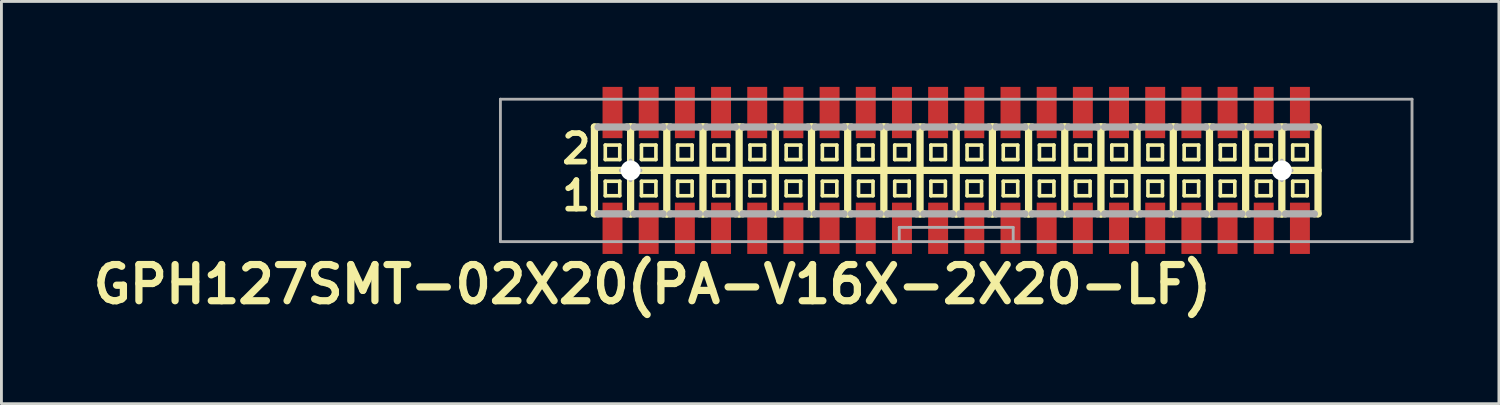
<source format=kicad_pcb>
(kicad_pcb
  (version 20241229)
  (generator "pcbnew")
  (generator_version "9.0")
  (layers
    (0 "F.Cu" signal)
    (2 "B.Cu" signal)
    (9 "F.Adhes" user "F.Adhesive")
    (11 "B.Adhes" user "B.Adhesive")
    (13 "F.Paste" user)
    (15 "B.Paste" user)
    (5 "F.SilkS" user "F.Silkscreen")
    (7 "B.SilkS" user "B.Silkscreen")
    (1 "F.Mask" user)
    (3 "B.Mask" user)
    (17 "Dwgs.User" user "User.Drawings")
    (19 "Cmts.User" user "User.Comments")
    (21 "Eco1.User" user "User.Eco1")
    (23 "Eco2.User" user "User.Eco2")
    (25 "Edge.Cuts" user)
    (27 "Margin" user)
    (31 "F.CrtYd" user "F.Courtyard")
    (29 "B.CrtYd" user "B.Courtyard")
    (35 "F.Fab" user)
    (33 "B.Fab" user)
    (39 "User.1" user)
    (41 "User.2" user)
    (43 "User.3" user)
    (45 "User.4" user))
  (footprint "GPH127SMT-02X20(PA-V16X-2X20-LF)"
    (layer "F.Cu")
    (at 30.516 2.932)
    (property "Reference" "GPH127SMT-02X20(PA-V16X-2X20-LF)" (at -10.668 4 0) (layer "F.SilkS") (effects (font (size 1.27 1.27) (thickness 0.254))))
    (attr smd)
    (fp_line (start -12.7 -1.524) (end -12.7 0) (stroke (width 0.254) (type solid)) (layer "F.SilkS"))
    (fp_line (start -12.7 0) (end -12.7 1.524) (stroke (width 0.254) (type solid)) (layer "F.SilkS"))
    (fp_line (start -12.7 0) (end -11.43 0) (stroke (width 0.254) (type solid)) (layer "F.SilkS"))
    (fp_line (start -12.7 1.524) (end -12.573 1.524) (stroke (width 0.254) (type solid)) (layer "F.SilkS"))
    (fp_line (start -12.573 -1.524) (end -12.7 -1.524) (stroke (width 0.254) (type solid)) (layer "F.SilkS"))
    (fp_line (start -12.319 -0.889) (end -11.811 -0.889) (stroke (width 0.127) (type solid)) (layer "F.SilkS"))
    (fp_line (start -12.319 -0.381) (end -12.319 -0.889) (stroke (width 0.127) (type solid)) (layer "F.SilkS"))
    (fp_line (start -12.319 -0.381) (end -11.811 -0.381) (stroke (width 0.127) (type solid)) (layer "F.SilkS"))
    (fp_line (start -12.319 0.381) (end -11.811 0.381) (stroke (width 0.127) (type solid)) (layer "F.SilkS"))
    (fp_line (start -12.319 0.889) (end -12.319 0.381) (stroke (width 0.127) (type solid)) (layer "F.SilkS"))
    (fp_line (start -12.319 0.889) (end -11.811 0.889) (stroke (width 0.127) (type solid)) (layer "F.SilkS"))
    (fp_line (start -11.811 -0.381) (end -11.811 -0.889) (stroke (width 0.127) (type solid)) (layer "F.SilkS"))
    (fp_line (start -11.811 0.889) (end -11.811 0.381) (stroke (width 0.127) (type solid)) (layer "F.SilkS"))
    (fp_line (start -11.557 -1.524) (end -11.43 -1.524) (stroke (width 0.254) (type solid)) (layer "F.SilkS"))
    (fp_line (start -11.557 1.524) (end -11.43 1.524) (stroke (width 0.254) (type solid)) (layer "F.SilkS"))
    (fp_line (start -11.43 -1.524) (end -11.303 -1.524) (stroke (width 0.254) (type solid)) (layer "F.SilkS"))
    (fp_line (start -11.43 0) (end -11.43 -1.524) (stroke (width 0.254) (type solid)) (layer "F.SilkS"))
    (fp_line (start -11.43 0) (end -10.16 0) (stroke (width 0.254) (type solid)) (layer "F.SilkS"))
    (fp_line (start -11.43 1.524) (end -11.43 0) (stroke (width 0.254) (type solid)) (layer "F.SilkS"))
    (fp_line (start -11.43 1.524) (end -11.303 1.524) (stroke (width 0.254) (type solid)) (layer "F.SilkS"))
    (fp_line (start -11.049 -0.889) (end -10.541 -0.889) (stroke (width 0.127) (type solid)) (layer "F.SilkS"))
    (fp_line (start -11.049 -0.381) (end -11.049 -0.889) (stroke (width 0.127) (type solid)) (layer "F.SilkS"))
    (fp_line (start -11.049 -0.381) (end -10.541 -0.381) (stroke (width 0.127) (type solid)) (layer "F.SilkS"))
    (fp_line (start -11.049 0.381) (end -10.541 0.381) (stroke (width 0.127) (type solid)) (layer "F.SilkS"))
    (fp_line (start -11.049 0.889) (end -11.049 0.381) (stroke (width 0.127) (type solid)) (layer "F.SilkS"))
    (fp_line (start -11.049 0.889) (end -10.541 0.889) (stroke (width 0.127) (type solid)) (layer "F.SilkS"))
    (fp_line (start -10.541 -0.381) (end -10.541 -0.889) (stroke (width 0.127) (type solid)) (layer "F.SilkS"))
    (fp_line (start -10.541 0.889) (end -10.541 0.381) (stroke (width 0.127) (type solid)) (layer "F.SilkS"))
    (fp_line (start -10.287 -1.524) (end -10.16 -1.524) (stroke (width 0.254) (type solid)) (layer "F.SilkS"))
    (fp_line (start -10.287 1.524) (end -10.16 1.524) (stroke (width 0.254) (type solid)) (layer "F.SilkS"))
    (fp_line (start -10.16 -1.524) (end -10.033 -1.524) (stroke (width 0.254) (type solid)) (layer "F.SilkS"))
    (fp_line (start -10.16 0) (end -10.16 -1.524) (stroke (width 0.254) (type solid)) (layer "F.SilkS"))
    (fp_line (start -10.16 0) (end -8.89 0) (stroke (width 0.254) (type solid)) (layer "F.SilkS"))
    (fp_line (start -10.16 1.524) (end -10.16 0) (stroke (width 0.254) (type solid)) (layer "F.SilkS"))
    (fp_line (start -10.16 1.524) (end -10.033 1.524) (stroke (width 0.254) (type solid)) (layer "F.SilkS"))
    (fp_line (start -9.779 -0.889) (end -9.271 -0.889) (stroke (width 0.127) (type solid)) (layer "F.SilkS"))
    (fp_line (start -9.779 -0.381) (end -9.779 -0.889) (stroke (width 0.127) (type solid)) (layer "F.SilkS"))
    (fp_line (start -9.779 -0.381) (end -9.271 -0.381) (stroke (width 0.127) (type solid)) (layer "F.SilkS"))
    (fp_line (start -9.779 0.381) (end -9.271 0.381) (stroke (width 0.127) (type solid)) (layer "F.SilkS"))
    (fp_line (start -9.779 0.889) (end -9.779 0.381) (stroke (width 0.127) (type solid)) (layer "F.SilkS"))
    (fp_line (start -9.779 0.889) (end -9.271 0.889) (stroke (width 0.127) (type solid)) (layer "F.SilkS"))
    (fp_line (start -9.271 -0.381) (end -9.271 -0.889) (stroke (width 0.127) (type solid)) (layer "F.SilkS"))
    (fp_line (start -9.271 0.889) (end -9.271 0.381) (stroke (width 0.127) (type solid)) (layer "F.SilkS"))
    (fp_line (start -9.017 -1.524) (end -8.89 -1.524) (stroke (width 0.254) (type solid)) (layer "F.SilkS"))
    (fp_line (start -9.017 1.524) (end -8.89 1.524) (stroke (width 0.254) (type solid)) (layer "F.SilkS"))
    (fp_line (start -8.89 -1.524) (end -8.763 -1.524) (stroke (width 0.254) (type solid)) (layer "F.SilkS"))
    (fp_line (start -8.89 0) (end -8.89 -1.524) (stroke (width 0.254) (type solid)) (layer "F.SilkS"))
    (fp_line (start -8.89 0) (end -7.62 0) (stroke (width 0.254) (type solid)) (layer "F.SilkS"))
    (fp_line (start -8.89 1.524) (end -8.89 0) (stroke (width 0.254) (type solid)) (layer "F.SilkS"))
    (fp_line (start -8.89 1.524) (end -8.763 1.524) (stroke (width 0.254) (type solid)) (layer "F.SilkS"))
    (fp_line (start -8.509 -0.889) (end -8.001 -0.889) (stroke (width 0.127) (type solid)) (layer "F.SilkS"))
    (fp_line (start -8.509 -0.381) (end -8.509 -0.889) (stroke (width 0.127) (type solid)) (layer "F.SilkS"))
    (fp_line (start -8.509 -0.381) (end -8.001 -0.381) (stroke (width 0.127) (type solid)) (layer "F.SilkS"))
    (fp_line (start -8.509 0.381) (end -8.001 0.381) (stroke (width 0.127) (type solid)) (layer "F.SilkS"))
    (fp_line (start -8.509 0.889) (end -8.509 0.381) (stroke (width 0.127) (type solid)) (layer "F.SilkS"))
    (fp_line (start -8.509 0.889) (end -8.001 0.889) (stroke (width 0.127) (type solid)) (layer "F.SilkS"))
    (fp_line (start -8.001 -0.381) (end -8.001 -0.889) (stroke (width 0.127) (type solid)) (layer "F.SilkS"))
    (fp_line (start -8.001 0.889) (end -8.001 0.381) (stroke (width 0.127) (type solid)) (layer "F.SilkS"))
    (fp_line (start -7.747 -1.524) (end -7.62 -1.524) (stroke (width 0.254) (type solid)) (layer "F.SilkS"))
    (fp_line (start -7.747 1.524) (end -7.62 1.524) (stroke (width 0.254) (type solid)) (layer "F.SilkS"))
    (fp_line (start -7.62 -1.524) (end -7.493 -1.524) (stroke (width 0.254) (type solid)) (layer "F.SilkS"))
    (fp_line (start -7.62 0) (end -7.62 -1.524) (stroke (width 0.254) (type solid)) (layer "F.SilkS"))
    (fp_line (start -7.62 0) (end -6.35 0) (stroke (width 0.254) (type solid)) (layer "F.SilkS"))
    (fp_line (start -7.62 1.524) (end -7.62 0) (stroke (width 0.254) (type solid)) (layer "F.SilkS"))
    (fp_line (start -7.62 1.524) (end -7.493 1.524) (stroke (width 0.254) (type solid)) (layer "F.SilkS"))
    (fp_line (start -7.239 -0.889) (end -6.731 -0.889) (stroke (width 0.127) (type solid)) (layer "F.SilkS"))
    (fp_line (start -7.239 -0.381) (end -7.239 -0.889) (stroke (width 0.127) (type solid)) (layer "F.SilkS"))
    (fp_line (start -7.239 -0.381) (end -6.731 -0.381) (stroke (width 0.127) (type solid)) (layer "F.SilkS"))
    (fp_line (start -7.239 0.381) (end -6.731 0.381) (stroke (width 0.127) (type solid)) (layer "F.SilkS"))
    (fp_line (start -7.239 0.889) (end -7.239 0.381) (stroke (width 0.127) (type solid)) (layer "F.SilkS"))
    (fp_line (start -7.239 0.889) (end -6.731 0.889) (stroke (width 0.127) (type solid)) (layer "F.SilkS"))
    (fp_line (start -6.731 -0.381) (end -6.731 -0.889) (stroke (width 0.127) (type solid)) (layer "F.SilkS"))
    (fp_line (start -6.731 0.889) (end -6.731 0.381) (stroke (width 0.127) (type solid)) (layer "F.SilkS"))
    (fp_line (start -6.477 -1.524) (end -6.35 -1.524) (stroke (width 0.254) (type solid)) (layer "F.SilkS"))
    (fp_line (start -6.477 1.524) (end -6.35 1.524) (stroke (width 0.254) (type solid)) (layer "F.SilkS"))
    (fp_line (start -6.35 -1.524) (end -6.223 -1.524) (stroke (width 0.254) (type solid)) (layer "F.SilkS"))
    (fp_line (start -6.35 0) (end -6.35 -1.524) (stroke (width 0.254) (type solid)) (layer "F.SilkS"))
    (fp_line (start -6.35 0) (end -5.08 0) (stroke (width 0.254) (type solid)) (layer "F.SilkS"))
    (fp_line (start -6.35 1.524) (end -6.35 0) (stroke (width 0.254) (type solid)) (layer "F.SilkS"))
    (fp_line (start -6.35 1.524) (end -6.223 1.524) (stroke (width 0.254) (type solid)) (layer "F.SilkS"))
    (fp_line (start -5.969 -0.889) (end -5.461 -0.889) (stroke (width 0.127) (type solid)) (layer "F.SilkS"))
    (fp_line (start -5.969 -0.381) (end -5.969 -0.889) (stroke (width 0.127) (type solid)) (layer "F.SilkS"))
    (fp_line (start -5.969 -0.381) (end -5.461 -0.381) (stroke (width 0.127) (type solid)) (layer "F.SilkS"))
    (fp_line (start -5.969 0.381) (end -5.461 0.381) (stroke (width 0.127) (type solid)) (layer "F.SilkS"))
    (fp_line (start -5.969 0.889) (end -5.969 0.381) (stroke (width 0.127) (type solid)) (layer "F.SilkS"))
    (fp_line (start -5.969 0.889) (end -5.461 0.889) (stroke (width 0.127) (type solid)) (layer "F.SilkS"))
    (fp_line (start -5.461 -0.381) (end -5.461 -0.889) (stroke (width 0.127) (type solid)) (layer "F.SilkS"))
    (fp_line (start -5.461 0.889) (end -5.461 0.381) (stroke (width 0.127) (type solid)) (layer "F.SilkS"))
    (fp_line (start -5.207 -1.524) (end -5.08 -1.524) (stroke (width 0.254) (type solid)) (layer "F.SilkS"))
    (fp_line (start -5.207 1.524) (end -5.08 1.524) (stroke (width 0.254) (type solid)) (layer "F.SilkS"))
    (fp_line (start -5.08 -1.524) (end -4.953 -1.524) (stroke (width 0.254) (type solid)) (layer "F.SilkS"))
    (fp_line (start -5.08 0) (end -5.08 -1.524) (stroke (width 0.254) (type solid)) (layer "F.SilkS"))
    (fp_line (start -5.08 0) (end -3.81 0) (stroke (width 0.254) (type solid)) (layer "F.SilkS"))
    (fp_line (start -5.08 1.524) (end -5.08 0) (stroke (width 0.254) (type solid)) (layer "F.SilkS"))
    (fp_line (start -5.08 1.524) (end -4.953 1.524) (stroke (width 0.254) (type solid)) (layer "F.SilkS"))
    (fp_line (start -4.699 -0.889) (end -4.191 -0.889) (stroke (width 0.127) (type solid)) (layer "F.SilkS"))
    (fp_line (start -4.699 -0.381) (end -4.699 -0.889) (stroke (width 0.127) (type solid)) (layer "F.SilkS"))
    (fp_line (start -4.699 -0.381) (end -4.191 -0.381) (stroke (width 0.127) (type solid)) (layer "F.SilkS"))
    (fp_line (start -4.699 0.381) (end -4.191 0.381) (stroke (width 0.127) (type solid)) (layer "F.SilkS"))
    (fp_line (start -4.699 0.889) (end -4.699 0.381) (stroke (width 0.127) (type solid)) (layer "F.SilkS"))
    (fp_line (start -4.699 0.889) (end -4.191 0.889) (stroke (width 0.127) (type solid)) (layer "F.SilkS"))
    (fp_line (start -4.191 -0.381) (end -4.191 -0.889) (stroke (width 0.127) (type solid)) (layer "F.SilkS"))
    (fp_line (start -4.191 0.889) (end -4.191 0.381) (stroke (width 0.127) (type solid)) (layer "F.SilkS"))
    (fp_line (start -3.937 -1.524) (end -3.81 -1.524) (stroke (width 0.254) (type solid)) (layer "F.SilkS"))
    (fp_line (start -3.937 1.524) (end -3.81 1.524) (stroke (width 0.254) (type solid)) (layer "F.SilkS"))
    (fp_line (start -3.81 -1.524) (end -3.683 -1.524) (stroke (width 0.254) (type solid)) (layer "F.SilkS"))
    (fp_line (start -3.81 0) (end -3.81 -1.524) (stroke (width 0.254) (type solid)) (layer "F.SilkS"))
    (fp_line (start -3.81 0) (end -2.54 0) (stroke (width 0.254) (type solid)) (layer "F.SilkS"))
    (fp_line (start -3.81 1.524) (end -3.81 0) (stroke (width 0.254) (type solid)) (layer "F.SilkS"))
    (fp_line (start -3.81 1.524) (end -3.683 1.524) (stroke (width 0.254) (type solid)) (layer "F.SilkS"))
    (fp_line (start -3.429 -0.889) (end -2.921 -0.889) (stroke (width 0.127) (type solid)) (layer "F.SilkS"))
    (fp_line (start -3.429 -0.381) (end -3.429 -0.889) (stroke (width 0.127) (type solid)) (layer "F.SilkS"))
    (fp_line (start -3.429 -0.381) (end -2.921 -0.381) (stroke (width 0.127) (type solid)) (layer "F.SilkS"))
    (fp_line (start -3.429 0.381) (end -2.921 0.381) (stroke (width 0.127) (type solid)) (layer "F.SilkS"))
    (fp_line (start -3.429 0.889) (end -3.429 0.381) (stroke (width 0.127) (type solid)) (layer "F.SilkS"))
    (fp_line (start -3.429 0.889) (end -2.921 0.889) (stroke (width 0.127) (type solid)) (layer "F.SilkS"))
    (fp_line (start -2.921 -0.381) (end -2.921 -0.889) (stroke (width 0.127) (type solid)) (layer "F.SilkS"))
    (fp_line (start -2.921 0.889) (end -2.921 0.381) (stroke (width 0.127) (type solid)) (layer "F.SilkS"))
    (fp_line (start -2.667 -1.524) (end -2.54 -1.524) (stroke (width 0.254) (type solid)) (layer "F.SilkS"))
    (fp_line (start -2.667 1.524) (end -2.54 1.524) (stroke (width 0.254) (type solid)) (layer "F.SilkS"))
    (fp_line (start -2.54 -1.524) (end -2.413 -1.524) (stroke (width 0.254) (type solid)) (layer "F.SilkS"))
    (fp_line (start -2.54 0) (end -2.54 -1.524) (stroke (width 0.254) (type solid)) (layer "F.SilkS"))
    (fp_line (start -2.54 0) (end -1.27 0) (stroke (width 0.254) (type solid)) (layer "F.SilkS"))
    (fp_line (start -2.54 1.524) (end -2.54 0) (stroke (width 0.254) (type solid)) (layer "F.SilkS"))
    (fp_line (start -2.54 1.524) (end -2.413 1.524) (stroke (width 0.254) (type solid)) (layer "F.SilkS"))
    (fp_line (start -2.159 -0.889) (end -1.651 -0.889) (stroke (width 0.127) (type solid)) (layer "F.SilkS"))
    (fp_line (start -2.159 -0.381) (end -2.159 -0.889) (stroke (width 0.127) (type solid)) (layer "F.SilkS"))
    (fp_line (start -2.159 -0.381) (end -1.651 -0.381) (stroke (width 0.127) (type solid)) (layer "F.SilkS"))
    (fp_line (start -2.159 0.381) (end -1.651 0.381) (stroke (width 0.127) (type solid)) (layer "F.SilkS"))
    (fp_line (start -2.159 0.889) (end -2.159 0.381) (stroke (width 0.127) (type solid)) (layer "F.SilkS"))
    (fp_line (start -2.159 0.889) (end -1.651 0.889) (stroke (width 0.127) (type solid)) (layer "F.SilkS"))
    (fp_line (start -1.651 -0.381) (end -1.651 -0.889) (stroke (width 0.127) (type solid)) (layer "F.SilkS"))
    (fp_line (start -1.651 0.889) (end -1.651 0.381) (stroke (width 0.127) (type solid)) (layer "F.SilkS"))
    (fp_line (start -1.397 -1.524) (end -1.143 -1.524) (stroke (width 0.254) (type solid)) (layer "F.SilkS"))
    (fp_line (start -1.397 1.524) (end -1.27 1.524) (stroke (width 0.254) (type solid)) (layer "F.SilkS"))
    (fp_line (start -1.27 0) (end -1.27 -1.524) (stroke (width 0.254) (type solid)) (layer "F.SilkS"))
    (fp_line (start -1.27 0) (end 0 0) (stroke (width 0.254) (type solid)) (layer "F.SilkS"))
    (fp_line (start -1.27 1.524) (end -1.27 0) (stroke (width 0.254) (type solid)) (layer "F.SilkS"))
    (fp_line (start -1.27 1.524) (end -1.143 1.524) (stroke (width 0.254) (type solid)) (layer "F.SilkS"))
    (fp_line (start -0.889 -0.889) (end -0.381 -0.889) (stroke (width 0.127) (type solid)) (layer "F.SilkS"))
    (fp_line (start -0.889 -0.381) (end -0.889 -0.889) (stroke (width 0.127) (type solid)) (layer "F.SilkS"))
    (fp_line (start -0.889 -0.381) (end -0.381 -0.381) (stroke (width 0.127) (type solid)) (layer "F.SilkS"))
    (fp_line (start -0.889 0.381) (end -0.381 0.381) (stroke (width 0.127) (type solid)) (layer "F.SilkS"))
    (fp_line (start -0.889 0.889) (end -0.889 0.381) (stroke (width 0.127) (type solid)) (layer "F.SilkS"))
    (fp_line (start -0.889 0.889) (end -0.381 0.889) (stroke (width 0.127) (type solid)) (layer "F.SilkS"))
    (fp_line (start -0.381 -0.381) (end -0.381 -0.889) (stroke (width 0.127) (type solid)) (layer "F.SilkS"))
    (fp_line (start -0.381 0.889) (end -0.381 0.381) (stroke (width 0.127) (type solid)) (layer "F.SilkS"))
    (fp_line (start -0.127 -1.524) (end 0 -1.524) (stroke (width 0.254) (type solid)) (layer "F.SilkS"))
    (fp_line (start 0 -1.524) (end 0 0) (stroke (width 0.254) (type solid)) (layer "F.SilkS"))
    (fp_line (start 0 0) (end 0 1.524) (stroke (width 0.254) (type solid)) (layer "F.SilkS"))
    (fp_line (start 0 0) (end 1.27 0) (stroke (width 0.254) (type solid)) (layer "F.SilkS"))
    (fp_line (start 0 1.524) (end -0.127 1.524) (stroke (width 0.254) (type solid)) (layer "F.SilkS"))
    (fp_line (start 0 1.524) (end 0.127 1.524) (stroke (width 0.254) (type solid)) (layer "F.SilkS"))
    (fp_line (start 0.127 -1.524) (end 0 -1.524) (stroke (width 0.254) (type solid)) (layer "F.SilkS"))
    (fp_line (start 0.381 -0.889) (end 0.889 -0.889) (stroke (width 0.127) (type solid)) (layer "F.SilkS"))
    (fp_line (start 0.381 -0.381) (end 0.381 -0.889) (stroke (width 0.127) (type solid)) (layer "F.SilkS"))
    (fp_line (start 0.381 -0.381) (end 0.889 -0.381) (stroke (width 0.127) (type solid)) (layer "F.SilkS"))
    (fp_line (start 0.381 0.381) (end 0.889 0.381) (stroke (width 0.127) (type solid)) (layer "F.SilkS"))
    (fp_line (start 0.381 0.889) (end 0.381 0.381) (stroke (width 0.127) (type solid)) (layer "F.SilkS"))
    (fp_line (start 0.381 0.889) (end 0.889 0.889) (stroke (width 0.127) (type solid)) (layer "F.SilkS"))
    (fp_line (start 0.889 -0.381) (end 0.889 -0.889) (stroke (width 0.127) (type solid)) (layer "F.SilkS"))
    (fp_line (start 0.889 0.889) (end 0.889 0.381) (stroke (width 0.127) (type solid)) (layer "F.SilkS"))
    (fp_line (start 1.143 -1.524) (end 1.27 -1.524) (stroke (width 0.254) (type solid)) (layer "F.SilkS"))
    (fp_line (start 1.143 1.524) (end 1.27 1.524) (stroke (width 0.254) (type solid)) (layer "F.SilkS"))
    (fp_line (start 1.27 -1.524) (end 1.397 -1.524) (stroke (width 0.254) (type solid)) (layer "F.SilkS"))
    (fp_line (start 1.27 0) (end 1.27 -1.524) (stroke (width 0.254) (type solid)) (layer "F.SilkS"))
    (fp_line (start 1.27 0) (end 2.54 0) (stroke (width 0.254) (type solid)) (layer "F.SilkS"))
    (fp_line (start 1.27 1.524) (end 1.27 0) (stroke (width 0.254) (type solid)) (layer "F.SilkS"))
    (fp_line (start 1.27 1.524) (end 1.397 1.524) (stroke (width 0.254) (type solid)) (layer "F.SilkS"))
    (fp_line (start 1.651 -0.889) (end 2.159 -0.889) (stroke (width 0.127) (type solid)) (layer "F.SilkS"))
    (fp_line (start 1.651 -0.381) (end 1.651 -0.889) (stroke (width 0.127) (type solid)) (layer "F.SilkS"))
    (fp_line (start 1.651 -0.381) (end 2.159 -0.381) (stroke (width 0.127) (type solid)) (layer "F.SilkS"))
    (fp_line (start 1.651 0.381) (end 2.159 0.381) (stroke (width 0.127) (type solid)) (layer "F.SilkS"))
    (fp_line (start 1.651 0.889) (end 1.651 0.381) (stroke (width 0.127) (type solid)) (layer "F.SilkS"))
    (fp_line (start 1.651 0.889) (end 2.159 0.889) (stroke (width 0.127) (type solid)) (layer "F.SilkS"))
    (fp_line (start 2.159 -0.381) (end 2.159 -0.889) (stroke (width 0.127) (type solid)) (layer "F.SilkS"))
    (fp_line (start 2.159 0.889) (end 2.159 0.381) (stroke (width 0.127) (type solid)) (layer "F.SilkS"))
    (fp_line (start 2.413 -1.524) (end 2.54 -1.524) (stroke (width 0.254) (type solid)) (layer "F.SilkS"))
    (fp_line (start 2.413 1.524) (end 2.54 1.524) (stroke (width 0.254) (type solid)) (layer "F.SilkS"))
    (fp_line (start 2.54 -1.524) (end 2.667 -1.524) (stroke (width 0.254) (type solid)) (layer "F.SilkS"))
    (fp_line (start 2.54 0) (end 2.54 -1.524) (stroke (width 0.254) (type solid)) (layer "F.SilkS"))
    (fp_line (start 2.54 0) (end 3.81 0) (stroke (width 0.254) (type solid)) (layer "F.SilkS"))
    (fp_line (start 2.54 1.524) (end 2.54 0) (stroke (width 0.254) (type solid)) (layer "F.SilkS"))
    (fp_line (start 2.54 1.524) (end 2.667 1.524) (stroke (width 0.254) (type solid)) (layer "F.SilkS"))
    (fp_line (start 2.921 -0.889) (end 3.429 -0.889) (stroke (width 0.127) (type solid)) (layer "F.SilkS"))
    (fp_line (start 2.921 -0.381) (end 2.921 -0.889) (stroke (width 0.127) (type solid)) (layer "F.SilkS"))
    (fp_line (start 2.921 -0.381) (end 3.429 -0.381) (stroke (width 0.127) (type solid)) (layer "F.SilkS"))
    (fp_line (start 2.921 0.381) (end 3.429 0.381) (stroke (width 0.127) (type solid)) (layer "F.SilkS"))
    (fp_line (start 2.921 0.889) (end 2.921 0.381) (stroke (width 0.127) (type solid)) (layer "F.SilkS"))
    (fp_line (start 2.921 0.889) (end 3.429 0.889) (stroke (width 0.127) (type solid)) (layer "F.SilkS"))
    (fp_line (start 3.429 -0.381) (end 3.429 -0.889) (stroke (width 0.127) (type solid)) (layer "F.SilkS"))
    (fp_line (start 3.429 0.889) (end 3.429 0.381) (stroke (width 0.127) (type solid)) (layer "F.SilkS"))
    (fp_line (start 3.683 -1.524) (end 3.81 -1.524) (stroke (width 0.254) (type solid)) (layer "F.SilkS"))
    (fp_line (start 3.683 1.524) (end 3.81 1.524) (stroke (width 0.254) (type solid)) (layer "F.SilkS"))
    (fp_line (start 3.81 -1.524) (end 3.937 -1.524) (stroke (width 0.254) (type solid)) (layer "F.SilkS"))
    (fp_line (start 3.81 0) (end 3.81 -1.524) (stroke (width 0.254) (type solid)) (layer "F.SilkS"))
    (fp_line (start 3.81 0) (end 5.08 0) (stroke (width 0.254) (type solid)) (layer "F.SilkS"))
    (fp_line (start 3.81 1.524) (end 3.81 0) (stroke (width 0.254) (type solid)) (layer "F.SilkS"))
    (fp_line (start 3.81 1.524) (end 3.937 1.524) (stroke (width 0.254) (type solid)) (layer "F.SilkS"))
    (fp_line (start 4.191 -0.889) (end 4.699 -0.889) (stroke (width 0.127) (type solid)) (layer "F.SilkS"))
    (fp_line (start 4.191 -0.381) (end 4.191 -0.889) (stroke (width 0.127) (type solid)) (layer "F.SilkS"))
    (fp_line (start 4.191 -0.381) (end 4.699 -0.381) (stroke (width 0.127) (type solid)) (layer "F.SilkS"))
    (fp_line (start 4.191 0.381) (end 4.699 0.381) (stroke (width 0.127) (type solid)) (layer "F.SilkS"))
    (fp_line (start 4.191 0.889) (end 4.191 0.381) (stroke (width 0.127) (type solid)) (layer "F.SilkS"))
    (fp_line (start 4.191 0.889) (end 4.699 0.889) (stroke (width 0.127) (type solid)) (layer "F.SilkS"))
    (fp_line (start 4.699 -0.381) (end 4.699 -0.889) (stroke (width 0.127) (type solid)) (layer "F.SilkS"))
    (fp_line (start 4.699 0.889) (end 4.699 0.381) (stroke (width 0.127) (type solid)) (layer "F.SilkS"))
    (fp_line (start 4.953 -1.524) (end 5.08 -1.524) (stroke (width 0.254) (type solid)) (layer "F.SilkS"))
    (fp_line (start 4.953 1.524) (end 5.08 1.524) (stroke (width 0.254) (type solid)) (layer "F.SilkS"))
    (fp_line (start 5.08 -1.524) (end 5.207 -1.524) (stroke (width 0.254) (type solid)) (layer "F.SilkS"))
    (fp_line (start 5.08 0) (end 5.08 -1.524) (stroke (width 0.254) (type solid)) (layer "F.SilkS"))
    (fp_line (start 5.08 0) (end 6.35 0) (stroke (width 0.254) (type solid)) (layer "F.SilkS"))
    (fp_line (start 5.08 1.524) (end 5.08 0) (stroke (width 0.254) (type solid)) (layer "F.SilkS"))
    (fp_line (start 5.08 1.524) (end 5.207 1.524) (stroke (width 0.254) (type solid)) (layer "F.SilkS"))
    (fp_line (start 5.461 -0.889) (end 5.969 -0.889) (stroke (width 0.127) (type solid)) (layer "F.SilkS"))
    (fp_line (start 5.461 -0.381) (end 5.461 -0.889) (stroke (width 0.127) (type solid)) (layer "F.SilkS"))
    (fp_line (start 5.461 -0.381) (end 5.969 -0.381) (stroke (width 0.127) (type solid)) (layer "F.SilkS"))
    (fp_line (start 5.461 0.381) (end 5.969 0.381) (stroke (width 0.127) (type solid)) (layer "F.SilkS"))
    (fp_line (start 5.461 0.889) (end 5.461 0.381) (stroke (width 0.127) (type solid)) (layer "F.SilkS"))
    (fp_line (start 5.461 0.889) (end 5.969 0.889) (stroke (width 0.127) (type solid)) (layer "F.SilkS"))
    (fp_line (start 5.969 -0.381) (end 5.969 -0.889) (stroke (width 0.127) (type solid)) (layer "F.SilkS"))
    (fp_line (start 5.969 0.889) (end 5.969 0.381) (stroke (width 0.127) (type solid)) (layer "F.SilkS"))
    (fp_line (start 6.223 -1.524) (end 6.35 -1.524) (stroke (width 0.254) (type solid)) (layer "F.SilkS"))
    (fp_line (start 6.223 1.524) (end 6.35 1.524) (stroke (width 0.254) (type solid)) (layer "F.SilkS"))
    (fp_line (start 6.35 -1.524) (end 6.477 -1.524) (stroke (width 0.254) (type solid)) (layer "F.SilkS"))
    (fp_line (start 6.35 0) (end 6.35 -1.524) (stroke (width 0.254) (type solid)) (layer "F.SilkS"))
    (fp_line (start 6.35 0) (end 7.62 0) (stroke (width 0.254) (type solid)) (layer "F.SilkS"))
    (fp_line (start 6.35 1.524) (end 6.35 0) (stroke (width 0.254) (type solid)) (layer "F.SilkS"))
    (fp_line (start 6.35 1.524) (end 6.477 1.524) (stroke (width 0.254) (type solid)) (layer "F.SilkS"))
    (fp_line (start 6.731 -0.889) (end 7.239 -0.889) (stroke (width 0.127) (type solid)) (layer "F.SilkS"))
    (fp_line (start 6.731 -0.381) (end 6.731 -0.889) (stroke (width 0.127) (type solid)) (layer "F.SilkS"))
    (fp_line (start 6.731 -0.381) (end 7.239 -0.381) (stroke (width 0.127) (type solid)) (layer "F.SilkS"))
    (fp_line (start 6.731 0.381) (end 7.239 0.381) (stroke (width 0.127) (type solid)) (layer "F.SilkS"))
    (fp_line (start 6.731 0.889) (end 6.731 0.381) (stroke (width 0.127) (type solid)) (layer "F.SilkS"))
    (fp_line (start 6.731 0.889) (end 7.239 0.889) (stroke (width 0.127) (type solid)) (layer "F.SilkS"))
    (fp_line (start 7.239 -0.381) (end 7.239 -0.889) (stroke (width 0.127) (type solid)) (layer "F.SilkS"))
    (fp_line (start 7.239 0.889) (end 7.239 0.381) (stroke (width 0.127) (type solid)) (layer "F.SilkS"))
    (fp_line (start 7.493 -1.524) (end 7.62 -1.524) (stroke (width 0.254) (type solid)) (layer "F.SilkS"))
    (fp_line (start 7.493 1.524) (end 7.62 1.524) (stroke (width 0.254) (type solid)) (layer "F.SilkS"))
    (fp_line (start 7.62 -1.524) (end 7.747 -1.524) (stroke (width 0.254) (type solid)) (layer "F.SilkS"))
    (fp_line (start 7.62 0) (end 7.62 -1.524) (stroke (width 0.254) (type solid)) (layer "F.SilkS"))
    (fp_line (start 7.62 0) (end 8.89 0) (stroke (width 0.254) (type solid)) (layer "F.SilkS"))
    (fp_line (start 7.62 1.524) (end 7.62 0) (stroke (width 0.254) (type solid)) (layer "F.SilkS"))
    (fp_line (start 7.62 1.524) (end 7.747 1.524) (stroke (width 0.254) (type solid)) (layer "F.SilkS"))
    (fp_line (start 8.001 -0.889) (end 8.509 -0.889) (stroke (width 0.127) (type solid)) (layer "F.SilkS"))
    (fp_line (start 8.001 -0.381) (end 8.001 -0.889) (stroke (width 0.127) (type solid)) (layer "F.SilkS"))
    (fp_line (start 8.001 -0.381) (end 8.509 -0.381) (stroke (width 0.127) (type solid)) (layer "F.SilkS"))
    (fp_line (start 8.001 0.381) (end 8.509 0.381) (stroke (width 0.127) (type solid)) (layer "F.SilkS"))
    (fp_line (start 8.001 0.889) (end 8.001 0.381) (stroke (width 0.127) (type solid)) (layer "F.SilkS"))
    (fp_line (start 8.001 0.889) (end 8.509 0.889) (stroke (width 0.127) (type solid)) (layer "F.SilkS"))
    (fp_line (start 8.509 -0.381) (end 8.509 -0.889) (stroke (width 0.127) (type solid)) (layer "F.SilkS"))
    (fp_line (start 8.509 0.889) (end 8.509 0.381) (stroke (width 0.127) (type solid)) (layer "F.SilkS"))
    (fp_line (start 8.763 -1.524) (end 8.89 -1.524) (stroke (width 0.254) (type solid)) (layer "F.SilkS"))
    (fp_line (start 8.763 1.524) (end 8.89 1.524) (stroke (width 0.254) (type solid)) (layer "F.SilkS"))
    (fp_line (start 8.89 -1.524) (end 9.017 -1.524) (stroke (width 0.254) (type solid)) (layer "F.SilkS"))
    (fp_line (start 8.89 0) (end 8.89 -1.524) (stroke (width 0.254) (type solid)) (layer "F.SilkS"))
    (fp_line (start 8.89 0) (end 10.16 0) (stroke (width 0.254) (type solid)) (layer "F.SilkS"))
    (fp_line (start 8.89 1.524) (end 8.89 0) (stroke (width 0.254) (type solid)) (layer "F.SilkS"))
    (fp_line (start 8.89 1.524) (end 9.017 1.524) (stroke (width 0.254) (type solid)) (layer "F.SilkS"))
    (fp_line (start 9.271 -0.889) (end 9.779 -0.889) (stroke (width 0.127) (type solid)) (layer "F.SilkS"))
    (fp_line (start 9.271 -0.381) (end 9.271 -0.889) (stroke (width 0.127) (type solid)) (layer "F.SilkS"))
    (fp_line (start 9.271 -0.381) (end 9.779 -0.381) (stroke (width 0.127) (type solid)) (layer "F.SilkS"))
    (fp_line (start 9.271 0.381) (end 9.779 0.381) (stroke (width 0.127) (type solid)) (layer "F.SilkS"))
    (fp_line (start 9.271 0.889) (end 9.271 0.381) (stroke (width 0.127) (type solid)) (layer "F.SilkS"))
    (fp_line (start 9.271 0.889) (end 9.779 0.889) (stroke (width 0.127) (type solid)) (layer "F.SilkS"))
    (fp_line (start 9.779 -0.381) (end 9.779 -0.889) (stroke (width 0.127) (type solid)) (layer "F.SilkS"))
    (fp_line (start 9.779 0.889) (end 9.779 0.381) (stroke (width 0.127) (type solid)) (layer "F.SilkS"))
    (fp_line (start 10.033 -1.524) (end 10.16 -1.524) (stroke (width 0.254) (type solid)) (layer "F.SilkS"))
    (fp_line (start 10.033 1.524) (end 10.16 1.524) (stroke (width 0.254) (type solid)) (layer "F.SilkS"))
    (fp_line (start 10.16 -1.524) (end 10.287 -1.524) (stroke (width 0.254) (type solid)) (layer "F.SilkS"))
    (fp_line (start 10.16 0) (end 10.16 -1.524) (stroke (width 0.254) (type solid)) (layer "F.SilkS"))
    (fp_line (start 10.16 0) (end 11.43 0) (stroke (width 0.254) (type solid)) (layer "F.SilkS"))
    (fp_line (start 10.16 1.524) (end 10.16 0) (stroke (width 0.254) (type solid)) (layer "F.SilkS"))
    (fp_line (start 10.16 1.524) (end 10.287 1.524) (stroke (width 0.254) (type solid)) (layer "F.SilkS"))
    (fp_line (start 10.541 -0.889) (end 11.049 -0.889) (stroke (width 0.127) (type solid)) (layer "F.SilkS"))
    (fp_line (start 10.541 -0.381) (end 10.541 -0.889) (stroke (width 0.127) (type solid)) (layer "F.SilkS"))
    (fp_line (start 10.541 -0.381) (end 11.049 -0.381) (stroke (width 0.127) (type solid)) (layer "F.SilkS"))
    (fp_line (start 10.541 0.381) (end 11.049 0.381) (stroke (width 0.127) (type solid)) (layer "F.SilkS"))
    (fp_line (start 10.541 0.889) (end 10.541 0.381) (stroke (width 0.127) (type solid)) (layer "F.SilkS"))
    (fp_line (start 10.541 0.889) (end 11.049 0.889) (stroke (width 0.127) (type solid)) (layer "F.SilkS"))
    (fp_line (start 11.049 -0.381) (end 11.049 -0.889) (stroke (width 0.127) (type solid)) (layer "F.SilkS"))
    (fp_line (start 11.049 0.889) (end 11.049 0.381) (stroke (width 0.127) (type solid)) (layer "F.SilkS"))
    (fp_line (start 11.303 -1.524) (end 11.557 -1.524) (stroke (width 0.254) (type solid)) (layer "F.SilkS"))
    (fp_line (start 11.303 1.524) (end 11.43 1.524) (stroke (width 0.254) (type solid)) (layer "F.SilkS"))
    (fp_line (start 11.43 0) (end 11.43 -1.524) (stroke (width 0.254) (type solid)) (layer "F.SilkS"))
    (fp_line (start 11.43 0) (end 12.7 0) (stroke (width 0.254) (type solid)) (layer "F.SilkS"))
    (fp_line (start 11.43 1.524) (end 11.43 0) (stroke (width 0.254) (type solid)) (layer "F.SilkS"))
    (fp_line (start 11.43 1.524) (end 11.557 1.524) (stroke (width 0.254) (type solid)) (layer "F.SilkS"))
    (fp_line (start 11.811 -0.889) (end 12.319 -0.889) (stroke (width 0.127) (type solid)) (layer "F.SilkS"))
    (fp_line (start 11.811 -0.381) (end 11.811 -0.889) (stroke (width 0.127) (type solid)) (layer "F.SilkS"))
    (fp_line (start 11.811 -0.381) (end 12.319 -0.381) (stroke (width 0.127) (type solid)) (layer "F.SilkS"))
    (fp_line (start 11.811 0.381) (end 12.319 0.381) (stroke (width 0.127) (type solid)) (layer "F.SilkS"))
    (fp_line (start 11.811 0.889) (end 11.811 0.381) (stroke (width 0.127) (type solid)) (layer "F.SilkS"))
    (fp_line (start 11.811 0.889) (end 12.319 0.889) (stroke (width 0.127) (type solid)) (layer "F.SilkS"))
    (fp_line (start 12.319 -0.381) (end 12.319 -0.889) (stroke (width 0.127) (type solid)) (layer "F.SilkS"))
    (fp_line (start 12.319 0.889) (end 12.319 0.381) (stroke (width 0.127) (type solid)) (layer "F.SilkS"))
    (fp_line (start 12.573 -1.524) (end 12.7 -1.524) (stroke (width 0.254) (type solid)) (layer "F.SilkS"))
    (fp_line (start 12.7 -1.524) (end 12.7 0) (stroke (width 0.254) (type solid)) (layer "F.SilkS"))
    (fp_line (start 12.7 0) (end 12.7 1.524) (stroke (width 0.254) (type solid)) (layer "F.SilkS"))
    (fp_line (start 12.7 1.524) (end 12.573 1.524) (stroke (width 0.254) (type solid)) (layer "F.SilkS"))
    (fp_line (start -16 -2.5) (end -16 2.5) (stroke (width 0.1) (type solid)) (layer "F.Fab"))
    (fp_line (start -16 2.5) (end 16 2.5) (stroke (width 0.1) (type solid)) (layer "F.Fab"))
    (fp_line (start -12.573 -1.524) (end -11.557 -1.524) (stroke (width 0.254) (type solid)) (layer "F.Fab"))
    (fp_line (start -12.573 1.524) (end -11.557 1.524) (stroke (width 0.254) (type solid)) (layer "F.Fab"))
    (fp_line (start -11.778 0) (end -11.079 0) (stroke (width 0.127) (type solid)) (layer "F.Fab"))
    (fp_line (start -11.43 0.348) (end -11.43 -0.348) (stroke (width 0.127) (type solid)) (layer "F.Fab"))
    (fp_line (start -11.303 -1.524) (end -10.287 -1.524) (stroke (width 0.254) (type solid)) (layer "F.Fab"))
    (fp_line (start -11.303 1.524) (end -10.287 1.524) (stroke (width 0.254) (type solid)) (layer "F.Fab"))
    (fp_line (start -10.033 -1.524) (end -9.017 -1.524) (stroke (width 0.254) (type solid)) (layer "F.Fab"))
    (fp_line (start -10.033 1.524) (end -9.017 1.524) (stroke (width 0.254) (type solid)) (layer "F.Fab"))
    (fp_line (start -8.763 -1.524) (end -7.747 -1.524) (stroke (width 0.254) (type solid)) (layer "F.Fab"))
    (fp_line (start -8.763 1.524) (end -7.747 1.524) (stroke (width 0.254) (type solid)) (layer "F.Fab"))
    (fp_line (start -7.493 -1.524) (end -6.477 -1.524) (stroke (width 0.254) (type solid)) (layer "F.Fab"))
    (fp_line (start -7.493 1.524) (end -6.477 1.524) (stroke (width 0.254) (type solid)) (layer "F.Fab"))
    (fp_line (start -6.223 -1.524) (end -5.207 -1.524) (stroke (width 0.254) (type solid)) (layer "F.Fab"))
    (fp_line (start -6.223 1.524) (end -5.207 1.524) (stroke (width 0.254) (type solid)) (layer "F.Fab"))
    (fp_line (start -4.953 -1.524) (end -3.937 -1.524) (stroke (width 0.254) (type solid)) (layer "F.Fab"))
    (fp_line (start -4.953 1.524) (end -3.937 1.524) (stroke (width 0.254) (type solid)) (layer "F.Fab"))
    (fp_line (start -3.683 -1.524) (end -2.667 -1.524) (stroke (width 0.254) (type solid)) (layer "F.Fab"))
    (fp_line (start -3.683 1.524) (end -2.667 1.524) (stroke (width 0.254) (type solid)) (layer "F.Fab"))
    (fp_line (start -2.413 -1.524) (end -1.397 -1.524) (stroke (width 0.254) (type solid)) (layer "F.Fab"))
    (fp_line (start -2.413 1.524) (end -1.397 1.524) (stroke (width 0.254) (type solid)) (layer "F.Fab"))
    (fp_line (start -2 2) (end 2 2) (stroke (width 0.1) (type solid)) (layer "F.Fab"))
    (fp_line (start -2 2.5) (end -2 2) (stroke (width 0.1) (type solid)) (layer "F.Fab"))
    (fp_line (start -1.143 -1.524) (end -0.127 -1.524) (stroke (width 0.254) (type solid)) (layer "F.Fab"))
    (fp_line (start -1.143 1.524) (end -0.127 1.524) (stroke (width 0.254) (type solid)) (layer "F.Fab"))
    (fp_line (start 0.127 -1.524) (end 1.143 -1.524) (stroke (width 0.254) (type solid)) (layer "F.Fab"))
    (fp_line (start 0.127 1.524) (end 1.143 1.524) (stroke (width 0.254) (type solid)) (layer "F.Fab"))
    (fp_line (start 1.397 -1.524) (end 2.413 -1.524) (stroke (width 0.254) (type solid)) (layer "F.Fab"))
    (fp_line (start 1.397 1.524) (end 2.413 1.524) (stroke (width 0.254) (type solid)) (layer "F.Fab"))
    (fp_line (start 2 2) (end 2 2.5) (stroke (width 0.1) (type solid)) (layer "F.Fab"))
    (fp_line (start 2.667 -1.524) (end 3.683 -1.524) (stroke (width 0.254) (type solid)) (layer "F.Fab"))
    (fp_line (start 2.667 1.524) (end 3.683 1.524) (stroke (width 0.254) (type solid)) (layer "F.Fab"))
    (fp_line (start 3.937 -1.524) (end 4.953 -1.524) (stroke (width 0.254) (type solid)) (layer "F.Fab"))
    (fp_line (start 3.937 1.524) (end 4.953 1.524) (stroke (width 0.254) (type solid)) (layer "F.Fab"))
    (fp_line (start 5.207 -1.524) (end 6.223 -1.524) (stroke (width 0.254) (type solid)) (layer "F.Fab"))
    (fp_line (start 5.207 1.524) (end 6.223 1.524) (stroke (width 0.254) (type solid)) (layer "F.Fab"))
    (fp_line (start 6.477 -1.524) (end 7.493 -1.524) (stroke (width 0.254) (type solid)) (layer "F.Fab"))
    (fp_line (start 6.477 1.524) (end 7.493 1.524) (stroke (width 0.254) (type solid)) (layer "F.Fab"))
    (fp_line (start 7.747 -1.524) (end 8.763 -1.524) (stroke (width 0.254) (type solid)) (layer "F.Fab"))
    (fp_line (start 7.747 1.524) (end 8.763 1.524) (stroke (width 0.254) (type solid)) (layer "F.Fab"))
    (fp_line (start 9.017 -1.524) (end 10.033 -1.524) (stroke (width 0.254) (type solid)) (layer "F.Fab"))
    (fp_line (start 9.017 1.524) (end 10.033 1.524) (stroke (width 0.254) (type solid)) (layer "F.Fab"))
    (fp_line (start 10.287 -1.524) (end 11.303 -1.524) (stroke (width 0.254) (type solid)) (layer "F.Fab"))
    (fp_line (start 10.287 1.524) (end 11.303 1.524) (stroke (width 0.254) (type solid)) (layer "F.Fab"))
    (fp_line (start 11.079 0) (end 11.778 0) (stroke (width 0.127) (type solid)) (layer "F.Fab"))
    (fp_line (start 11.43 0.348) (end 11.43 -0.348) (stroke (width 0.127) (type solid)) (layer "F.Fab"))
    (fp_line (start 11.557 -1.524) (end 12.573 -1.524) (stroke (width 0.254) (type solid)) (layer "F.Fab"))
    (fp_line (start 11.557 1.524) (end 12.573 1.524) (stroke (width 0.254) (type solid)) (layer "F.Fab"))
    (fp_line (start 16 -2.5) (end -16 -2.5) (stroke (width 0.1) (type solid)) (layer "F.Fab"))
    (fp_line (start 16 2.5) (end 16 -2.5) (stroke (width 0.1) (type solid)) (layer "F.Fab"))
    (fp_circle (center -11.43 0) (end -11.603 0.173) (stroke (width 0.127) (type solid)) (fill no) (layer "F.Fab"))
    (fp_circle (center 11.43 0) (end 11.603 0.173) (stroke (width 0.127) (type solid)) (fill no) (layer "F.Fab"))
    (fp_text user "1" (at -13.335 0.889 0) (layer "F.SilkS") (effects (font (size 1 1) (thickness 0.2))))
    (fp_text user "2" (at -13.335 -0.762 0) (layer "F.SilkS") (effects (font (size 1 1) (thickness 0.2))))
    (pad "" np_thru_hole circle (at -11.43 0 90) (size 0.7 0.7) (drill 0.7) (layers "*.Cu" "*.Mask"))
    (pad "" np_thru_hole circle (at 11.43 0 90) (size 0.7 0.7) (drill 0.7) (layers "*.Cu" "*.Mask"))
    (pad "1" smd rect (at -12.065 2.032 270) (size 1.8 0.7) (layers "F.Cu" "F.Mask" "F.Paste"))
    (pad "2" smd rect (at -12.065 -2.032 270) (size 1.8 0.7) (layers "F.Cu" "F.Mask" "F.Paste"))
    (pad "3" smd rect (at -10.795 2.032 270) (size 1.8 0.7) (layers "F.Cu" "F.Mask" "F.Paste"))
    (pad "4" smd rect (at -10.795 -2.032 270) (size 1.8 0.7) (layers "F.Cu" "F.Mask" "F.Paste"))
    (pad "5" smd rect (at -9.525 2.032 270) (size 1.8 0.7) (layers "F.Cu" "F.Mask" "F.Paste"))
    (pad "6" smd rect (at -9.525 -2.032 270) (size 1.8 0.7) (layers "F.Cu" "F.Mask" "F.Paste"))
    (pad "7" smd rect (at -8.255 2.032 270) (size 1.8 0.7) (layers "F.Cu" "F.Mask" "F.Paste"))
    (pad "8" smd rect (at -8.255 -2.032 270) (size 1.8 0.7) (layers "F.Cu" "F.Mask" "F.Paste"))
    (pad "9" smd rect (at -6.985 2.032 270) (size 1.8 0.7) (layers "F.Cu" "F.Mask" "F.Paste"))
    (pad "10" smd rect (at -6.985 -2.032 270) (size 1.8 0.7) (layers "F.Cu" "F.Mask" "F.Paste"))
    (pad "11" smd rect (at -5.715 2.032 270) (size 1.8 0.7) (layers "F.Cu" "F.Mask" "F.Paste"))
    (pad "12" smd rect (at -5.715 -2.032 270) (size 1.8 0.7) (layers "F.Cu" "F.Mask" "F.Paste"))
    (pad "13" smd rect (at -4.445 2.032 90) (size 1.8 0.7) (layers "F.Cu" "F.Mask" "F.Paste"))
    (pad "14" smd rect (at -4.445 -2.032 90) (size 1.8 0.7) (layers "F.Cu" "F.Mask" "F.Paste"))
    (pad "15" smd rect (at -3.175 2.032 90) (size 1.8 0.7) (layers "F.Cu" "F.Mask" "F.Paste"))
    (pad "16" smd rect (at -3.175 -2.032 90) (size 1.8 0.7) (layers "F.Cu" "F.Mask" "F.Paste"))
    (pad "17" smd rect (at -1.905 2.032 90) (size 1.8 0.7) (layers "F.Cu" "F.Mask" "F.Paste"))
    (pad "18" smd rect (at -1.905 -2.032 90) (size 1.8 0.7) (layers "F.Cu" "F.Mask" "F.Paste"))
    (pad "19" smd rect (at -0.635 2.032 90) (size 1.8 0.7) (layers "F.Cu" "F.Mask" "F.Paste"))
    (pad "20" smd rect (at -0.635 -2.032 90) (size 1.8 0.7) (layers "F.Cu" "F.Mask" "F.Paste"))
    (pad "21" smd rect (at 0.635 2.032 270) (size 1.8 0.7) (layers "F.Cu" "F.Mask" "F.Paste"))
    (pad "22" smd rect (at 0.635 -2.032 270) (size 1.8 0.7) (layers "F.Cu" "F.Mask" "F.Paste"))
    (pad "23" smd rect (at 1.905 2.032 270) (size 1.8 0.7) (layers "F.Cu" "F.Mask" "F.Paste"))
    (pad "24" smd rect (at 1.905 -2.032 270) (size 1.8 0.7) (layers "F.Cu" "F.Mask" "F.Paste"))
    (pad "25" smd rect (at 3.175 2.032 270) (size 1.8 0.7) (layers "F.Cu" "F.Mask" "F.Paste"))
    (pad "26" smd rect (at 3.175 -2.032 270) (size 1.8 0.7) (layers "F.Cu" "F.Mask" "F.Paste"))
    (pad "27" smd rect (at 4.445 2.032 270) (size 1.8 0.7) (layers "F.Cu" "F.Mask" "F.Paste"))
    (pad "28" smd rect (at 4.445 -2.032 270) (size 1.8 0.7) (layers "F.Cu" "F.Mask" "F.Paste"))
    (pad "29" smd rect (at 5.715 2.032 270) (size 1.8 0.7) (layers "F.Cu" "F.Mask" "F.Paste"))
    (pad "30" smd rect (at 5.715 -2.032 270) (size 1.8 0.7) (layers "F.Cu" "F.Mask" "F.Paste"))
    (pad "31" smd rect (at 6.985 2.032 270) (size 1.8 0.7) (layers "F.Cu" "F.Mask" "F.Paste"))
    (pad "32" smd rect (at 6.985 -2.032 270) (size 1.8 0.7) (layers "F.Cu" "F.Mask" "F.Paste"))
    (pad "33" smd rect (at 8.255 2.032 90) (size 1.8 0.7) (layers "F.Cu" "F.Mask" "F.Paste"))
    (pad "34" smd rect (at 8.255 -2.032 90) (size 1.8 0.7) (layers "F.Cu" "F.Mask" "F.Paste"))
    (pad "35" smd rect (at 9.525 2.032 90) (size 1.8 0.7) (layers "F.Cu" "F.Mask" "F.Paste"))
    (pad "36" smd rect (at 9.525 -2.032 90) (size 1.8 0.7) (layers "F.Cu" "F.Mask" "F.Paste"))
    (pad "37" smd rect (at 10.795 2.032 90) (size 1.8 0.7) (layers "F.Cu" "F.Mask" "F.Paste"))
    (pad "38" smd rect (at 10.795 -2.032 90) (size 1.8 0.7) (layers "F.Cu" "F.Mask" "F.Paste"))
    (pad "39" smd rect (at 12.065 2.032 90) (size 1.8 0.7) (layers "F.Cu" "F.Mask" "F.Paste"))
    (pad "40" smd rect (at 12.065 -2.032 90) (size 1.8 0.7) (layers "F.Cu" "F.Mask" "F.Paste")))
  (gr_rect
    (start -3 -3)
    (end 49.566 11.121)
    (stroke (width 0.1) (type default))
    (fill no)
    (layer "Edge.Cuts")))
</source>
